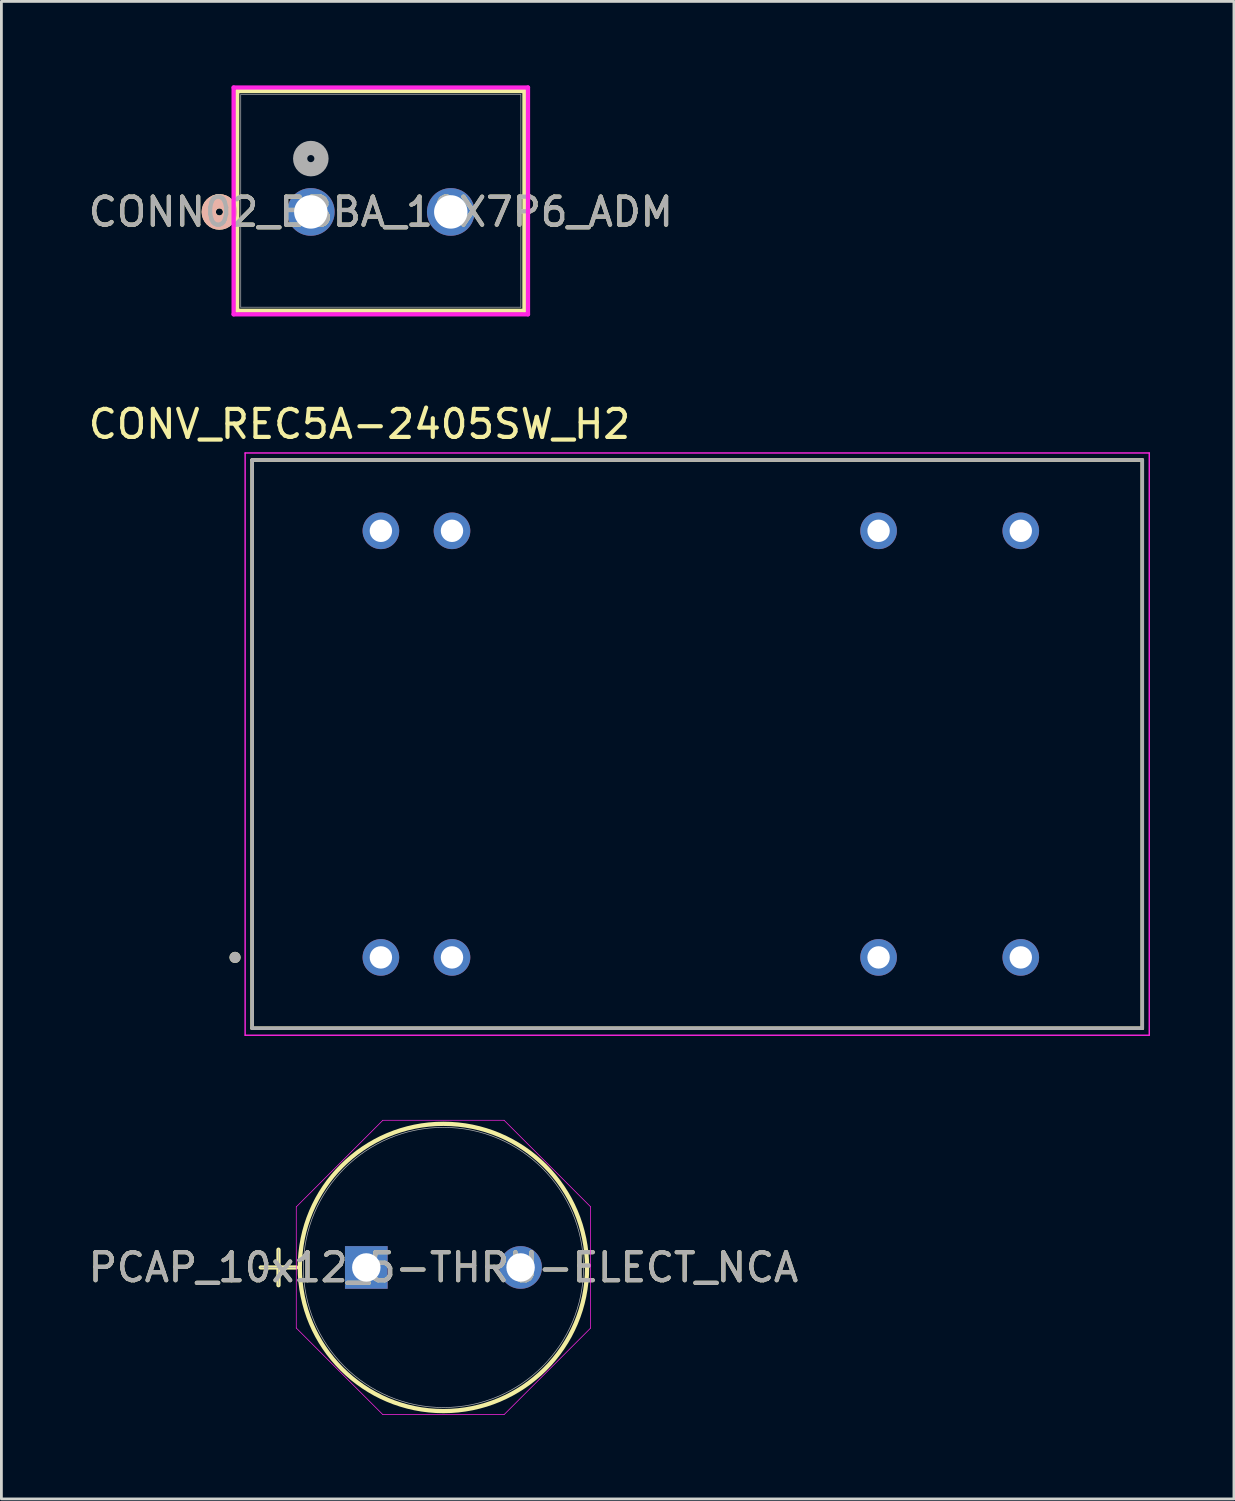
<source format=kicad_pcb>
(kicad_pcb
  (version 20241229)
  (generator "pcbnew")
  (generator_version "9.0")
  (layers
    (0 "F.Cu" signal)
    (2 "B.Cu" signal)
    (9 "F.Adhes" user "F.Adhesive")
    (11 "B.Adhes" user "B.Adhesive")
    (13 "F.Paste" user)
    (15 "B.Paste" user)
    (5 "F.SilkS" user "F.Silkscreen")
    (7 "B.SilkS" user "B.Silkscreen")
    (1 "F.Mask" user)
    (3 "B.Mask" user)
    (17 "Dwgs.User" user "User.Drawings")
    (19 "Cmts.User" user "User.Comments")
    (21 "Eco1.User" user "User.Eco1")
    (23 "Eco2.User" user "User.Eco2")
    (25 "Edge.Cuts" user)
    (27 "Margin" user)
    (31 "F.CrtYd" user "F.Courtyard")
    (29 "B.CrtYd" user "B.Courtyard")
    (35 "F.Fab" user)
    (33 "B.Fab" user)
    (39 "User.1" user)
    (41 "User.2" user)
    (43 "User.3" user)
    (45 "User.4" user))
  (footprint "CONV_REC5A-2405SW_H2"
    (layer "F.Cu")
    (at 21.857 23.533)
    (property "Reference" "CONV_REC5A-2405SW_H2" (at -12.065 -11.43 0) (layer "F.SilkS") (effects (font (size 1 1) (thickness 0.15))))
    (attr through_hole)
    (fp_line (start -15.9 -10.15) (end 15.9 -10.15) (stroke (width 0.127) (type solid)) (layer "F.SilkS"))
    (fp_line (start -15.9 10.15) (end -15.9 -10.15) (stroke (width 0.127) (type solid)) (layer "F.SilkS"))
    (fp_line (start 15.9 -10.15) (end 15.9 10.15) (stroke (width 0.127) (type solid)) (layer "F.SilkS"))
    (fp_line (start 15.9 10.15) (end -15.9 10.15) (stroke (width 0.127) (type solid)) (layer "F.SilkS"))
    (fp_circle (center -16.51 7.62) (end -16.41 7.62) (stroke (width 0.2) (type solid)) (fill no) (layer "F.SilkS"))
    (fp_line (start -16.15 -10.4) (end 16.15 -10.4) (stroke (width 0.05) (type solid)) (layer "F.CrtYd"))
    (fp_line (start -16.15 10.4) (end -16.15 -10.4) (stroke (width 0.05) (type solid)) (layer "F.CrtYd"))
    (fp_line (start 16.15 -10.4) (end 16.15 10.4) (stroke (width 0.05) (type solid)) (layer "F.CrtYd"))
    (fp_line (start 16.15 10.4) (end -16.15 10.4) (stroke (width 0.05) (type solid)) (layer "F.CrtYd"))
    (fp_line (start -15.9 -10.15) (end 15.9 -10.15) (stroke (width 0.127) (type solid)) (layer "F.Fab"))
    (fp_line (start -15.9 10.15) (end -15.9 -10.15) (stroke (width 0.127) (type solid)) (layer "F.Fab"))
    (fp_line (start 15.9 -10.15) (end 15.9 10.15) (stroke (width 0.127) (type solid)) (layer "F.Fab"))
    (fp_line (start 15.9 10.15) (end -15.9 10.15) (stroke (width 0.127) (type solid)) (layer "F.Fab"))
    (fp_circle (center -16.51 7.62) (end -16.41 7.62) (stroke (width 0.2) (type solid)) (fill no) (layer "F.Fab"))
    (pad "2" thru_hole circle (at -11.3 7.62) (size 1.308 1.308) (drill 0.8) (layers "*.Cu" "*.Mask"))
    (pad "3" thru_hole circle (at -8.76 7.62) (size 1.308 1.308) (drill 0.8) (layers "*.Cu" "*.Mask"))
    (pad "9" thru_hole circle (at 6.48 7.62) (size 1.308 1.308) (drill 0.8) (layers "*.Cu" "*.Mask"))
    (pad "11" thru_hole circle (at 11.56 7.62) (size 1.308 1.308) (drill 0.8) (layers "*.Cu" "*.Mask"))
    (pad "14" thru_hole circle (at 11.56 -7.62) (size 1.308 1.308) (drill 0.8) (layers "*.Cu" "*.Mask"))
    (pad "16" thru_hole circle (at 6.48 -7.62) (size 1.308 1.308) (drill 0.8) (layers "*.Cu" "*.Mask"))
    (pad "22" thru_hole circle (at -8.76 -7.62) (size 1.308 1.308) (drill 0.8) (layers "*.Cu" "*.Mask"))
    (pad "23" thru_hole circle (at -11.3 -7.62) (size 1.308 1.308) (drill 0.8) (layers "*.Cu" "*.Mask")))
  (footprint "CONN02_EBBA_10X7P6_ADM"
    (layer "F.Cu")
    (at 8.054 4.521)
    (property "Reference" "CONN02_EBBA_10X7P6_ADM" (at 2.5 0 0) (unlocked yes) (layer "F.SilkS") (effects (font (size 1 1) (thickness 0.15))))
    (attr through_hole)
    (fp_line (start -2.631 -4.318) (end -2.631 3.531) (stroke (width 0.152) (type solid)) (layer "F.SilkS"))
    (fp_line (start -2.631 3.531) (end 7.631 3.531) (stroke (width 0.152) (type solid)) (layer "F.SilkS"))
    (fp_line (start 7.631 -4.318) (end -2.631 -4.318) (stroke (width 0.152) (type solid)) (layer "F.SilkS"))
    (fp_line (start 7.631 3.531) (end 7.631 -4.318) (stroke (width 0.152) (type solid)) (layer "F.SilkS"))
    (fp_circle (center -3.266 0) (end -2.885 0) (stroke (width 0.508) (type solid)) (fill no) (layer "F.SilkS"))
    (fp_circle (center -3.266 0) (end -2.885 0) (stroke (width 0.508) (type solid)) (fill no) (layer "B.SilkS"))
    (fp_line (start -2.758 -4.445) (end -2.758 3.658) (stroke (width 0.152) (type solid)) (layer "F.CrtYd"))
    (fp_line (start -2.758 3.658) (end 7.758 3.658) (stroke (width 0.152) (type solid)) (layer "F.CrtYd"))
    (fp_line (start 7.758 -4.445) (end -2.758 -4.445) (stroke (width 0.152) (type solid)) (layer "F.CrtYd"))
    (fp_line (start 7.758 3.658) (end 7.758 -4.445) (stroke (width 0.152) (type solid)) (layer "F.CrtYd"))
    (fp_line (start -2.504 -4.191) (end -2.504 3.404) (stroke (width 0.025) (type solid)) (layer "F.Fab"))
    (fp_line (start -2.504 3.404) (end 7.504 3.404) (stroke (width 0.025) (type solid)) (layer "F.Fab"))
    (fp_line (start 7.504 -4.191) (end -2.504 -4.191) (stroke (width 0.025) (type solid)) (layer "F.Fab"))
    (fp_line (start 7.504 3.404) (end 7.504 -4.191) (stroke (width 0.025) (type solid)) (layer "F.Fab"))
    (fp_circle (center 0 -1.905) (end 0.381 -1.905) (stroke (width 0.508) (type solid)) (fill no) (layer "F.Fab"))
    (fp_text user "${REFERENCE}" (at 2.5 0 0) (unlocked yes) (layer "F.Fab") (effects (font (size 1 1) (thickness 0.15))))
    (pad "1" thru_hole circle (at 0 0) (size 1.702 1.702) (drill 1.194) (layers "*.Cu" "*.Mask"))
    (pad "2" thru_hole circle (at 5 0) (size 1.702 1.702) (drill 1.194) (layers "*.Cu" "*.Mask")))
  (footprint "PCAP_10x12_5-THRU-ELECT_NCA"
    (layer "F.Cu")
    (at 10.036 42.229)
    (property "Reference" "PCAP_10x12_5-THRU-ELECT_NCA" (at 2.756 0 0) (unlocked yes) (layer "F.SilkS") (effects (font (size 1 1) (thickness 0.15))))
    (attr through_hole)
    (fp_line (start -3.772 0) (end -2.502 0) (stroke (width 0.152) (type solid)) (layer "F.SilkS"))
    (fp_line (start -3.137 -0.635) (end -3.137 0.635) (stroke (width 0.152) (type solid)) (layer "F.SilkS"))
    (fp_circle (center 2.756 0) (end 7.887 0) (stroke (width 0.152) (type solid)) (fill no) (layer "F.SilkS"))
    (fp_line (start -2.502 -2.165) (end 0.591 -5.258) (stroke (width 0.025) (type solid)) (layer "F.CrtYd"))
    (fp_line (start -2.502 2.165) (end -2.502 -2.165) (stroke (width 0.025) (type solid)) (layer "F.CrtYd"))
    (fp_line (start 0.591 -5.258) (end 4.921 -5.258) (stroke (width 0.025) (type solid)) (layer "F.CrtYd"))
    (fp_line (start 0.591 5.258) (end -2.502 2.165) (stroke (width 0.025) (type solid)) (layer "F.CrtYd"))
    (fp_line (start 4.921 -5.258) (end 8.014 -2.165) (stroke (width 0.025) (type solid)) (layer "F.CrtYd"))
    (fp_line (start 4.921 5.258) (end 0.591 5.258) (stroke (width 0.025) (type solid)) (layer "F.CrtYd"))
    (fp_line (start 8.014 -2.165) (end 8.014 2.165) (stroke (width 0.025) (type solid)) (layer "F.CrtYd"))
    (fp_line (start 8.014 2.165) (end 4.921 5.258) (stroke (width 0.025) (type solid)) (layer "F.CrtYd"))
    (fp_line (start -3.772 0) (end -2.502 0) (stroke (width 0.025) (type solid)) (layer "F.Fab"))
    (fp_line (start -3.137 -0.635) (end -3.137 0.635) (stroke (width 0.025) (type solid)) (layer "F.Fab"))
    (fp_circle (center 2.756 0) (end 7.76 0) (stroke (width 0.025) (type solid)) (fill no) (layer "F.Fab"))
    (fp_text user "${REFERENCE}" (at 2.756 0 0) (unlocked yes) (layer "F.Fab") (effects (font (size 1 1) (thickness 0.15))))
    (pad "1" thru_hole rect (at 0 0) (size 1.524 1.524) (drill 1.016) (layers "*.Cu" "*.Mask"))
    (pad "2" thru_hole circle (at 5.512 0) (size 1.524 1.524) (drill 1.016) (layers "*.Cu" "*.Mask")))
  (gr_rect
    (start -3 -3)
    (end 41.032 50.499)
    (stroke (width 0.1) (type default))
    (fill no)
    (layer "Edge.Cuts")))
</source>
